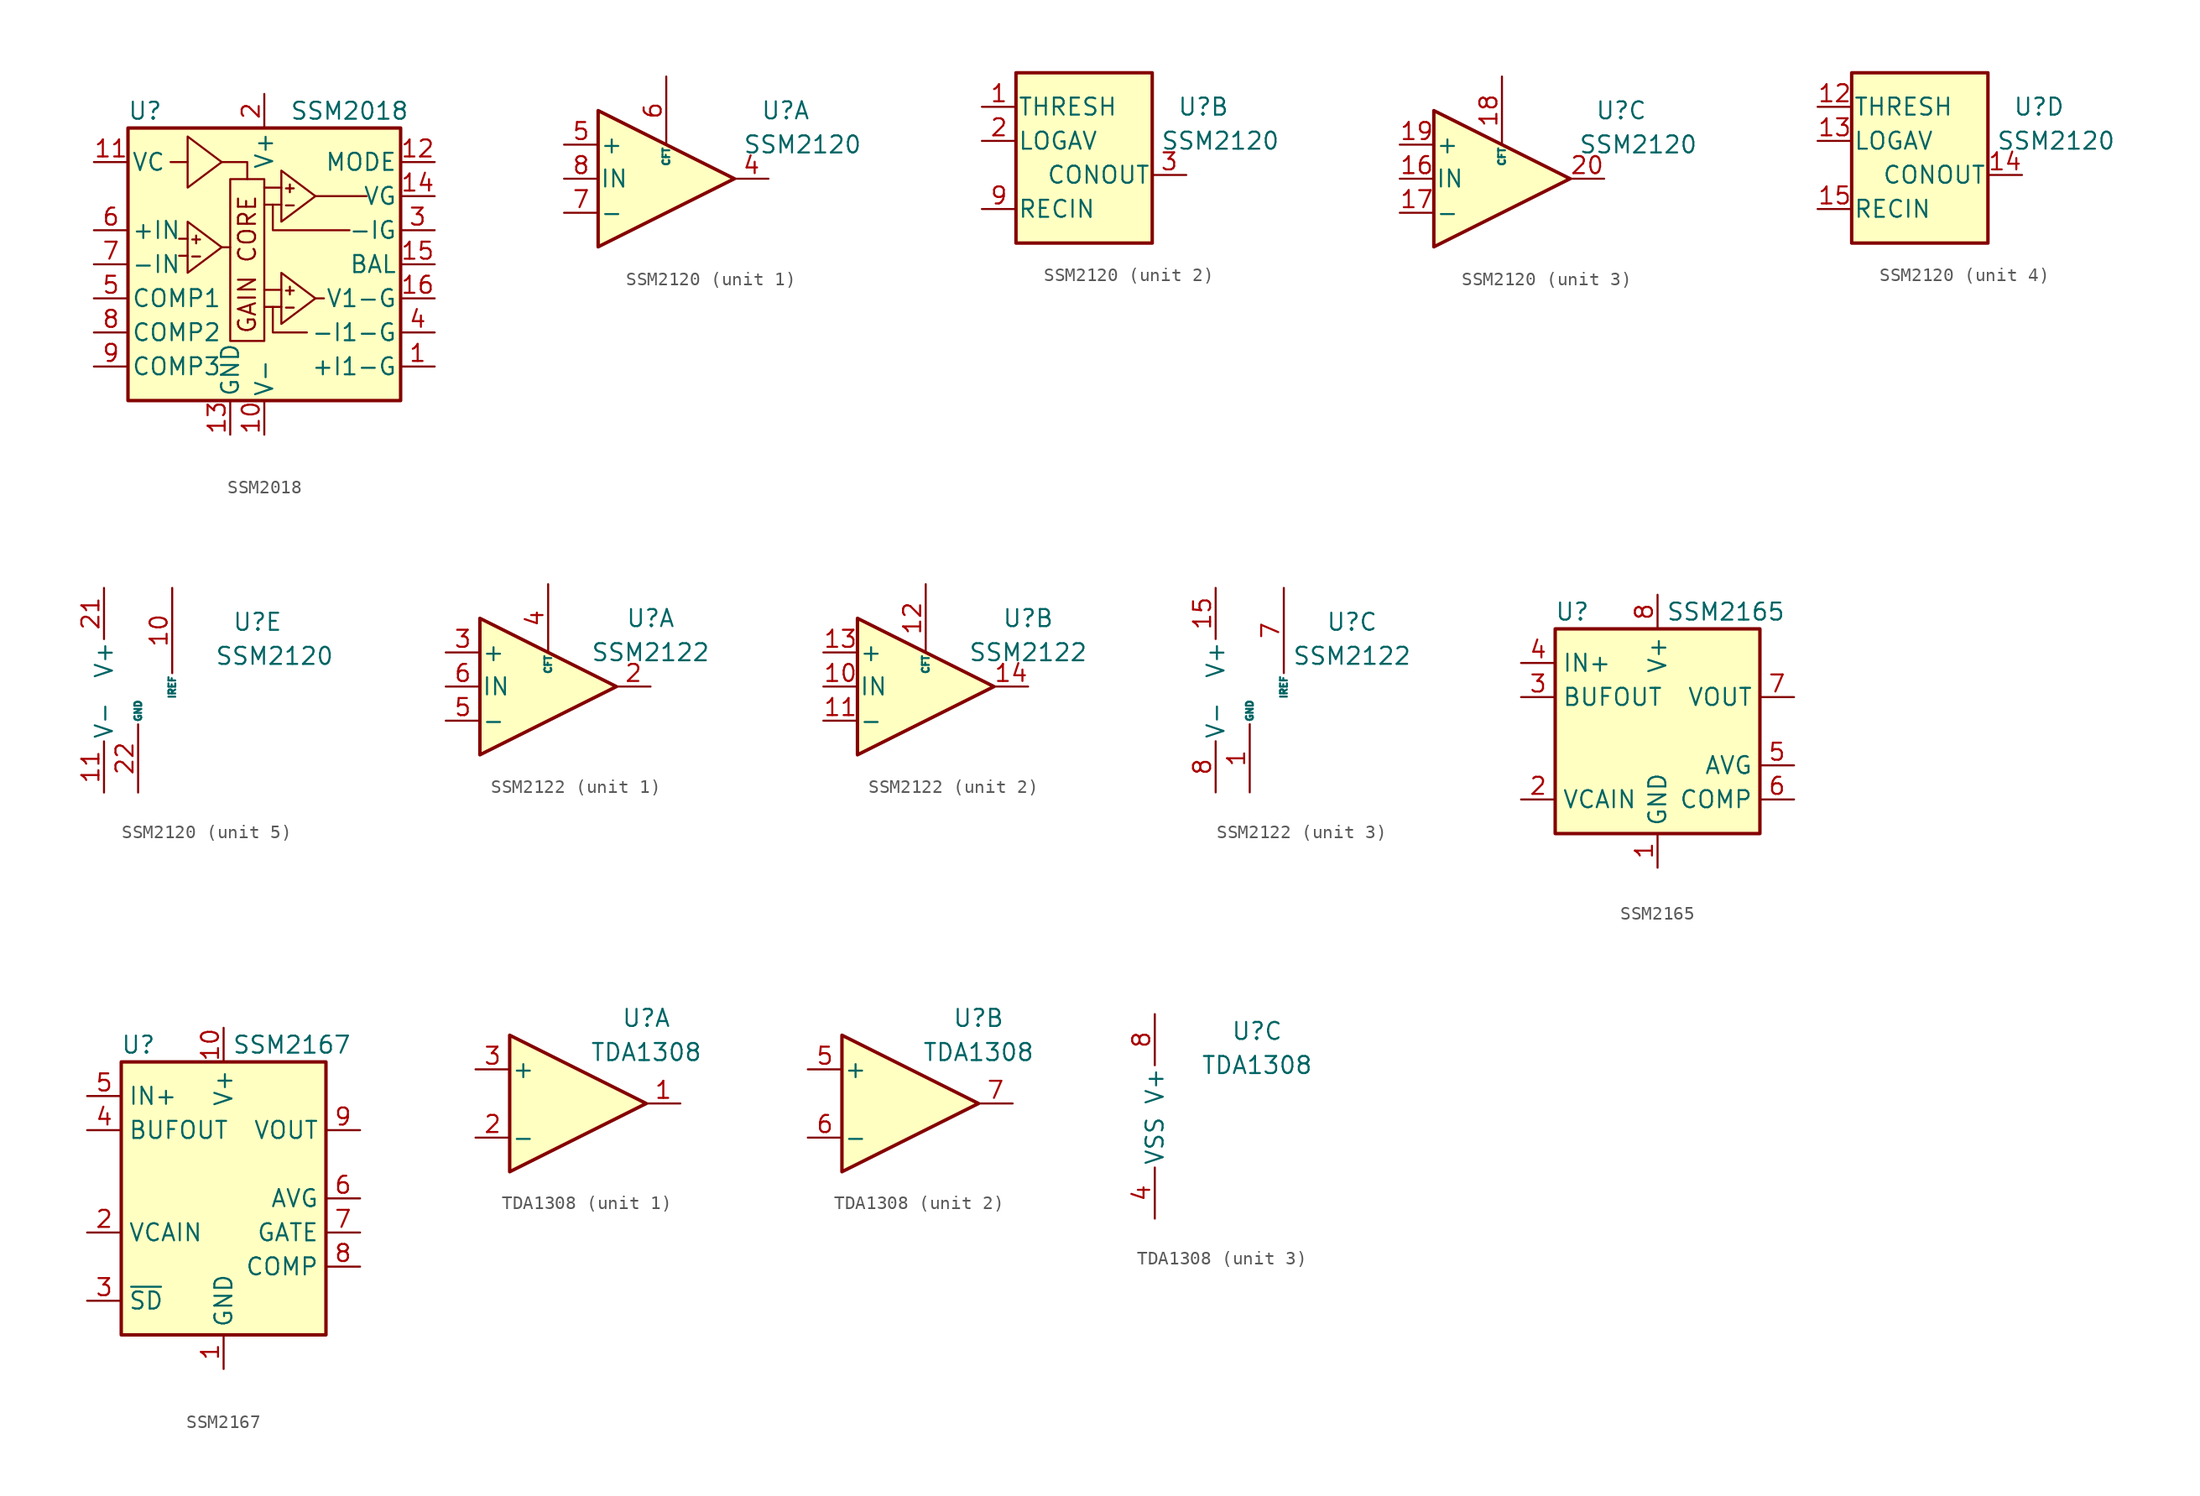
<source format=kicad_sym>
(kicad_symbol_lib
  (version 20201005)
  (generator kicad_symbol_editor)
  (symbol "SSM2018"
    (pin_names
      (offset 0.254))
    (property "Reference" "U"
      (at -8.89 11.43 0)
      (effects (font (size 1.27 1.27))))
    (property "Value" "SSM2018"
      (at 6.35 11.43 0)
      (effects (font (size 1.27 1.27))))
    (symbol "SSM2018_0_0"
      (text "+" (at -5.08 1.905 0) (effects (font (size 0.762 0.762))))
      (text "+" (at 1.905 -1.905 0) (effects (font (size 0.762 0.762))))
      (text "+" (at 1.905 5.715 0) (effects (font (size 0.762 0.762))))
      (text "-" (at -5.08 0.635 0) (effects (font (size 0.762 0.762))))
      (text "-" (at 1.905 -3.175 0) (effects (font (size 0.762 0.762))))
      (text "-" (at 1.905 4.445 0) (effects (font (size 0.762 0.762)))))
    (symbol "SSM2018_0_1"
      (text "GAIN CORE" (at -1.27 0 900) (effects (font (size 1.27 1.27))))
      (rectangle (start -10.16 10.16) (end 10.16 -10.16) (stroke (width 0.254)) (fill (type background)))
      (rectangle (start -2.54 6.35) (end 0 -5.715) (stroke (width 0)) (fill (type none)))
      (polyline (pts (xy -5.715 0.635) (xy -6.35 0.635)) (stroke (width 0)) (fill (type none)))
      (polyline (pts (xy -5.715 1.905) (xy -6.35 1.905)) (stroke (width 0)) (fill (type none)))
      (polyline (pts (xy -5.715 7.62) (xy -6.985 7.62)) (stroke (width 0)) (fill (type none)))
      (polyline (pts (xy -3.175 1.27) (xy -2.54 1.27)) (stroke (width 0)) (fill (type none)))
      (polyline (pts (xy 0 -1.905) (xy 1.27 -1.905)) (stroke (width 0)) (fill (type none)))
      (polyline (pts (xy 0 5.715) (xy 1.27 5.715)) (stroke (width 0)) (fill (type none)))
      (polyline (pts (xy 1.27 -3.175) (xy 0 -3.175)) (stroke (width 0)) (fill (type none)))
      (polyline (pts (xy 1.27 4.445) (xy 0 4.445)) (stroke (width 0)) (fill (type none)))
      (polyline (pts (xy 3.81 -2.54) (xy 4.445 -2.54)) (stroke (width 0)) (fill (type none)))
      (polyline (pts (xy 3.81 5.08) (xy 7.62 5.08)) (stroke (width 0)) (fill (type none)))
      (polyline (pts (xy -3.175 7.62) (xy -1.27 7.62) (xy -1.27 6.35)) (stroke (width 0)) (fill (type none)))
      (polyline (pts (xy 0.635 -3.175) (xy 0.635 -5.08) (xy 3.175 -5.08)) (stroke (width 0)) (fill (type none)))
      (polyline (pts (xy 0.635 4.445) (xy 0.635 2.54) (xy 6.35 2.54)) (stroke (width 0)) (fill (type none)))
      (polyline (pts (xy -5.715 3.175) (xy -3.175 1.27) (xy -5.715 -0.635) (xy -5.715 3.175)) (stroke (width 0)) (fill (type none)))
      (polyline (pts (xy -5.715 9.525) (xy -3.175 7.62) (xy -5.715 5.715) (xy -5.715 9.525)) (stroke (width 0)) (fill (type none)))
      (polyline (pts (xy 1.27 -0.635) (xy 3.81 -2.54) (xy 1.27 -4.445) (xy 1.27 -0.635)) (stroke (width 0)) (fill (type none)))
      (polyline (pts (xy 1.27 6.985) (xy 3.81 5.08) (xy 1.27 3.175) (xy 1.27 6.985)) (stroke (width 0)) (fill (type none)))
      (pin passive line (at -12.7 -7.62 0) (length 2.54) (name "COMP3" (effects (font (size 1.27 1.27)))) (number "9" (effects (font (size 1.27 1.27))))))
    (symbol "SSM2018_1_1"
      (pin output line (at 12.7 -7.62 180) (length 2.54) (name "+I1-G" (effects (font (size 1.27 1.27)))) (number "1" (effects (font (size 1.27 1.27)))))
      (pin power_in line (at 0 -12.7 90) (length 2.54) (name "V-" (effects (font (size 1.27 1.27)))) (number "10" (effects (font (size 1.27 1.27)))))
      (pin input line (at -12.7 7.62 0) (length 2.54) (name "VC" (effects (font (size 1.27 1.27)))) (number "11" (effects (font (size 1.27 1.27)))))
      (pin input line (at 12.7 7.62 180) (length 2.54) (name "MODE" (effects (font (size 1.27 1.27)))) (number "12" (effects (font (size 1.27 1.27)))))
      (pin power_in line (at -2.54 -12.7 90) (length 2.54) (name "GND" (effects (font (size 1.27 1.27)))) (number "13" (effects (font (size 1.27 1.27)))))
      (pin output line (at 12.7 5.08 180) (length 2.54) (name "VG" (effects (font (size 1.27 1.27)))) (number "14" (effects (font (size 1.27 1.27)))))
      (pin input line (at 12.7 0 180) (length 2.54) (name "BAL" (effects (font (size 1.27 1.27)))) (number "15" (effects (font (size 1.27 1.27)))))
      (pin output line (at 12.7 -2.54 180) (length 2.54) (name "V1-G" (effects (font (size 1.27 1.27)))) (number "16" (effects (font (size 1.27 1.27)))))
      (pin power_in line (at 0 12.7 270) (length 2.54) (name "V+" (effects (font (size 1.27 1.27)))) (number "2" (effects (font (size 1.27 1.27)))))
      (pin output line (at 12.7 2.54 180) (length 2.54) (name "-IG" (effects (font (size 1.27 1.27)))) (number "3" (effects (font (size 1.27 1.27)))))
      (pin output line (at 12.7 -5.08 180) (length 2.54) (name "-I1-G" (effects (font (size 1.27 1.27)))) (number "4" (effects (font (size 1.27 1.27)))))
      (pin passive line (at -12.7 -2.54 0) (length 2.54) (name "COMP1" (effects (font (size 1.27 1.27)))) (number "5" (effects (font (size 1.27 1.27)))))
      (pin input line (at -12.7 2.54 0) (length 2.54) (name "+IN" (effects (font (size 1.27 1.27)))) (number "6" (effects (font (size 1.27 1.27)))))
      (pin input line (at -12.7 0 0) (length 2.54) (name "-IN" (effects (font (size 1.27 1.27)))) (number "7" (effects (font (size 1.27 1.27)))))
      (pin passive line (at -12.7 -5.08 0) (length 2.54) (name "COMP2" (effects (font (size 1.27 1.27)))) (number "8" (effects (font (size 1.27 1.27)))))))
  (symbol "SSM2120"
    (pin_names
      (offset 0.127))
    (property "Reference" "U"
      (at 8.89 5.08 0)
      (effects (font (size 1.27 1.27))))
    (property "Value" "SSM2120"
      (at 10.16 2.54 0)
      (effects (font (size 1.27 1.27))))
    (property "ki_locked" ""
      (at 0 0 0)
      (effects (font (size 1.27 1.27))))
    (symbol "SSM2120_1_1"
      (polyline (pts (xy -5.08 5.08) (xy 5.08 0) (xy -5.08 -5.08) (xy -5.08 5.08)) (stroke (width 0.254)) (fill (type background)))
      (pin output line (at 7.62 0 180) (length 2.54) (name "~" (effects (font (size 1.27 1.27)))) (number "4" (effects (font (size 1.27 1.27)))))
      (pin input line (at -7.62 2.54 0) (length 2.54) (name "+" (effects (font (size 1.27 1.27)))) (number "5" (effects (font (size 1.27 1.27)))))
      (pin input line (at 0 7.62 270) (length 5.08) (name "CFT" (effects (font (size 0.508 0.508)))) (number "6" (effects (font (size 1.27 1.27)))))
      (pin input line (at -7.62 -2.54 0) (length 2.54) (name "-" (effects (font (size 1.27 1.27)))) (number "7" (effects (font (size 1.27 1.27)))))
      (pin input line (at -7.62 0 0) (length 2.54) (name "IN" (effects (font (size 1.27 1.27)))) (number "8" (effects (font (size 1.27 1.27))))))
    (symbol "SSM2120_2_1"
      (rectangle (start -5.08 7.62) (end 5.08 -5.08) (stroke (width 0.254)) (fill (type background)))
      (pin input line (at -7.62 5.08 0) (length 2.54) (name "THRESH" (effects (font (size 1.27 1.27)))) (number "1" (effects (font (size 1.27 1.27)))))
      (pin input line (at -7.62 2.54 0) (length 2.54) (name "LOGAV" (effects (font (size 1.27 1.27)))) (number "2" (effects (font (size 1.27 1.27)))))
      (pin input line (at 7.62 0 180) (length 2.54) (name "CONOUT" (effects (font (size 1.27 1.27)))) (number "3" (effects (font (size 1.27 1.27)))))
      (pin input line (at -7.62 -2.54 0) (length 2.54) (name "RECIN" (effects (font (size 1.27 1.27)))) (number "9" (effects (font (size 1.27 1.27))))))
    (symbol "SSM2120_3_1"
      (polyline (pts (xy -5.08 5.08) (xy 5.08 0) (xy -5.08 -5.08) (xy -5.08 5.08)) (stroke (width 0.254)) (fill (type background)))
      (pin input line (at -7.62 0 0) (length 2.54) (name "IN" (effects (font (size 1.27 1.27)))) (number "16" (effects (font (size 1.27 1.27)))))
      (pin input line (at -7.62 -2.54 0) (length 2.54) (name "-" (effects (font (size 1.27 1.27)))) (number "17" (effects (font (size 1.27 1.27)))))
      (pin input line (at 0 7.62 270) (length 5.08) (name "CFT" (effects (font (size 0.508 0.508)))) (number "18" (effects (font (size 1.27 1.27)))))
      (pin input line (at -7.62 2.54 0) (length 2.54) (name "+" (effects (font (size 1.27 1.27)))) (number "19" (effects (font (size 1.27 1.27)))))
      (pin output line (at 7.62 0 180) (length 2.54) (name "~" (effects (font (size 1.27 1.27)))) (number "20" (effects (font (size 1.27 1.27))))))
    (symbol "SSM2120_4_1"
      (rectangle (start -5.08 7.62) (end 5.08 -5.08) (stroke (width 0.254)) (fill (type background)))
      (pin input line (at -7.62 5.08 0) (length 2.54) (name "THRESH" (effects (font (size 1.27 1.27)))) (number "12" (effects (font (size 1.27 1.27)))))
      (pin input line (at -7.62 2.54 0) (length 2.54) (name "LOGAV" (effects (font (size 1.27 1.27)))) (number "13" (effects (font (size 1.27 1.27)))))
      (pin input line (at 7.62 0 180) (length 2.54) (name "CONOUT" (effects (font (size 1.27 1.27)))) (number "14" (effects (font (size 1.27 1.27)))))
      (pin input line (at -7.62 -2.54 0) (length 2.54) (name "RECIN" (effects (font (size 1.27 1.27)))) (number "15" (effects (font (size 1.27 1.27))))))
    (symbol "SSM2120_5_0"
      (pin input line (at 2.54 7.62 270) (length 6.35) (name "IREF" (effects (font (size 0.508 0.508)))) (number "10" (effects (font (size 1.27 1.27)))))
      (pin power_in line (at -2.54 -7.62 90) (length 3.81) (name "V-" (effects (font (size 1.27 1.27)))) (number "11" (effects (font (size 1.27 1.27)))))
      (pin power_in line (at -2.54 7.62 270) (length 3.81) (name "V+" (effects (font (size 1.27 1.27)))) (number "21" (effects (font (size 1.27 1.27)))))
      (pin power_in line (at 0 -7.62 90) (length 5.08) (name "GND" (effects (font (size 0.508 0.508)))) (number "22" (effects (font (size 1.27 1.27)))))))
  (symbol "SSM2122"
    (pin_names
      (offset 0.127))
    (property "Reference" "U"
      (at 7.62 5.08 0)
      (effects (font (size 1.27 1.27))))
    (property "Value" "SSM2122"
      (at 7.62 2.54 0)
      (effects (font (size 1.27 1.27))))
    (property "ki_locked" ""
      (at 0 0 0)
      (effects (font (size 1.27 1.27))))
    (symbol "SSM2122_1_1"
      (polyline (pts (xy -5.08 5.08) (xy 5.08 0) (xy -5.08 -5.08) (xy -5.08 5.08)) (stroke (width 0.254)) (fill (type background)))
      (pin output line (at 7.62 0 180) (length 2.54) (name "~" (effects (font (size 1.27 1.27)))) (number "2" (effects (font (size 1.27 1.27)))))
      (pin input line (at -7.62 2.54 0) (length 2.54) (name "+" (effects (font (size 1.27 1.27)))) (number "3" (effects (font (size 1.27 1.27)))))
      (pin input line (at 0 7.62 270) (length 5.08) (name "CFT" (effects (font (size 0.508 0.508)))) (number "4" (effects (font (size 1.27 1.27)))))
      (pin input line (at -7.62 -2.54 0) (length 2.54) (name "-" (effects (font (size 1.27 1.27)))) (number "5" (effects (font (size 1.27 1.27)))))
      (pin input line (at -7.62 0 0) (length 2.54) (name "IN" (effects (font (size 1.27 1.27)))) (number "6" (effects (font (size 1.27 1.27))))))
    (symbol "SSM2122_2_1"
      (polyline (pts (xy -5.08 5.08) (xy 5.08 0) (xy -5.08 -5.08) (xy -5.08 5.08)) (stroke (width 0.254)) (fill (type background)))
      (pin input line (at -7.62 0 0) (length 2.54) (name "IN" (effects (font (size 1.27 1.27)))) (number "10" (effects (font (size 1.27 1.27)))))
      (pin input line (at -7.62 -2.54 0) (length 2.54) (name "-" (effects (font (size 1.27 1.27)))) (number "11" (effects (font (size 1.27 1.27)))))
      (pin input line (at 0 7.62 270) (length 5.08) (name "CFT" (effects (font (size 0.508 0.508)))) (number "12" (effects (font (size 1.27 1.27)))))
      (pin input line (at -7.62 2.54 0) (length 2.54) (name "+" (effects (font (size 1.27 1.27)))) (number "13" (effects (font (size 1.27 1.27)))))
      (pin output line (at 7.62 0 180) (length 2.54) (name "~" (effects (font (size 1.27 1.27)))) (number "14" (effects (font (size 1.27 1.27))))))
    (symbol "SSM2122_3_0"
      (pin power_in line (at 0 -7.62 90) (length 5.08) (name "GND" (effects (font (size 0.508 0.508)))) (number "1" (effects (font (size 1.27 1.27)))))
      (pin power_in line (at -2.54 7.62 270) (length 3.81) (name "V+" (effects (font (size 1.27 1.27)))) (number "15" (effects (font (size 1.27 1.27)))))
      (pin passive line (at 0 -7.62 90) (length 5.08) hide (name "GND" (effects (font (size 0.508 0.508)))) (number "16" (effects (font (size 1.27 1.27)))))
      (pin input line (at 2.54 7.62 270) (length 6.35) (name "IREF" (effects (font (size 0.508 0.508)))) (number "7" (effects (font (size 1.27 1.27)))))
      (pin power_in line (at -2.54 -7.62 90) (length 3.81) (name "V-" (effects (font (size 1.27 1.27)))) (number "8" (effects (font (size 1.27 1.27)))))
      (pin passive line (at 0 -7.62 90) (length 5.08) hide (name "GND" (effects (font (size 0.508 0.508)))) (number "9" (effects (font (size 1.27 1.27)))))))
  (symbol "SSM2165"
    (property "Reference" "U"
      (at -6.35 8.89 0)
      (effects (font (size 1.27 1.27))))
    (property "Value" "SSM2165"
      (at 5.08 8.89 0)
      (effects (font (size 1.27 1.27))))
    (symbol "SSM2165_0_1"
      (rectangle (start -7.62 7.62) (end 7.62 -7.62) (stroke (width 0.254)) (fill (type background))))
    (symbol "SSM2165_1_1"
      (pin power_in line (at 0 -10.16 90) (length 2.54) (name "GND" (effects (font (size 1.27 1.27)))) (number "1" (effects (font (size 1.27 1.27)))))
      (pin input line (at -10.16 -5.08 0) (length 2.54) (name "VCAIN" (effects (font (size 1.27 1.27)))) (number "2" (effects (font (size 1.27 1.27)))))
      (pin output line (at -10.16 2.54 0) (length 2.54) (name "BUFOUT" (effects (font (size 1.27 1.27)))) (number "3" (effects (font (size 1.27 1.27)))))
      (pin input line (at -10.16 5.08 0) (length 2.54) (name "IN+" (effects (font (size 1.27 1.27)))) (number "4" (effects (font (size 1.27 1.27)))))
      (pin passive line (at 10.16 -2.54 180) (length 2.54) (name "AVG" (effects (font (size 1.27 1.27)))) (number "5" (effects (font (size 1.27 1.27)))))
      (pin passive line (at 10.16 -5.08 180) (length 2.54) (name "COMP" (effects (font (size 1.27 1.27)))) (number "6" (effects (font (size 1.27 1.27)))))
      (pin output line (at 10.16 2.54 180) (length 2.54) (name "VOUT" (effects (font (size 1.27 1.27)))) (number "7" (effects (font (size 1.27 1.27)))))
      (pin power_in line (at 0 10.16 270) (length 2.54) (name "V+" (effects (font (size 1.27 1.27)))) (number "8" (effects (font (size 1.27 1.27)))))))
  (symbol "SSM2167"
    (property "Reference" "U"
      (at -6.35 11.43 0)
      (effects (font (size 1.27 1.27))))
    (property "Value" "SSM2167"
      (at 5.08 11.43 0)
      (effects (font (size 1.27 1.27))))
    (symbol "SSM2167_0_1"
      (rectangle (start -7.62 10.16) (end 7.62 -10.16) (stroke (width 0.254)) (fill (type background))))
    (symbol "SSM2167_1_1"
      (pin power_in line (at 0 -12.7 90) (length 2.54) (name "GND" (effects (font (size 1.27 1.27)))) (number "1" (effects (font (size 1.27 1.27)))))
      (pin power_in line (at 0 12.7 270) (length 2.54) (name "V+" (effects (font (size 1.27 1.27)))) (number "10" (effects (font (size 1.27 1.27)))))
      (pin input line (at -10.16 -2.54 0) (length 2.54) (name "VCAIN" (effects (font (size 1.27 1.27)))) (number "2" (effects (font (size 1.27 1.27)))))
      (pin input line (at -10.16 -7.62 0) (length 2.54) (name "~SD" (effects (font (size 1.27 1.27)))) (number "3" (effects (font (size 1.27 1.27)))))
      (pin output line (at -10.16 5.08 0) (length 2.54) (name "BUFOUT" (effects (font (size 1.27 1.27)))) (number "4" (effects (font (size 1.27 1.27)))))
      (pin input line (at -10.16 7.62 0) (length 2.54) (name "IN+" (effects (font (size 1.27 1.27)))) (number "5" (effects (font (size 1.27 1.27)))))
      (pin passive line (at 10.16 0 180) (length 2.54) (name "AVG" (effects (font (size 1.27 1.27)))) (number "6" (effects (font (size 1.27 1.27)))))
      (pin passive line (at 10.16 -2.54 180) (length 2.54) (name "GATE" (effects (font (size 1.27 1.27)))) (number "7" (effects (font (size 1.27 1.27)))))
      (pin passive line (at 10.16 -5.08 180) (length 2.54) (name "COMP" (effects (font (size 1.27 1.27)))) (number "8" (effects (font (size 1.27 1.27)))))
      (pin output line (at 10.16 5.08 180) (length 2.54) (name "VOUT" (effects (font (size 1.27 1.27)))) (number "9" (effects (font (size 1.27 1.27)))))))
  (symbol "TDA1308"
    (pin_names
      (offset 0.127))
    (property "Reference" "U"
      (at 5.08 6.35 0)
      (effects (font (size 1.27 1.27))))
    (property "Value" "TDA1308"
      (at 5.08 3.81 0)
      (effects (font (size 1.27 1.27))))
    (property "ki_locked" ""
      (at 0 0 0)
      (effects (font (size 1.27 1.27))))
    (symbol "TDA1308_1_1"
      (polyline (pts (xy -5.08 5.08) (xy 5.08 0) (xy -5.08 -5.08) (xy -5.08 5.08)) (stroke (width 0.254)) (fill (type background)))
      (pin output line (at 7.62 0 180) (length 2.54) (name "~" (effects (font (size 1.27 1.27)))) (number "1" (effects (font (size 1.27 1.27)))))
      (pin input line (at -7.62 -2.54 0) (length 2.54) (name "-" (effects (font (size 1.27 1.27)))) (number "2" (effects (font (size 1.27 1.27)))))
      (pin input line (at -7.62 2.54 0) (length 2.54) (name "+" (effects (font (size 1.27 1.27)))) (number "3" (effects (font (size 1.27 1.27))))))
    (symbol "TDA1308_2_1"
      (polyline (pts (xy -5.08 5.08) (xy 5.08 0) (xy -5.08 -5.08) (xy -5.08 5.08)) (stroke (width 0.254)) (fill (type background)))
      (pin input line (at -7.62 2.54 0) (length 2.54) (name "+" (effects (font (size 1.27 1.27)))) (number "5" (effects (font (size 1.27 1.27)))))
      (pin input line (at -7.62 -2.54 0) (length 2.54) (name "-" (effects (font (size 1.27 1.27)))) (number "6" (effects (font (size 1.27 1.27)))))
      (pin output line (at 7.62 0 180) (length 2.54) (name "~" (effects (font (size 1.27 1.27)))) (number "7" (effects (font (size 1.27 1.27))))))
    (symbol "TDA1308_3_1"
      (pin power_in line (at -2.54 -7.62 90) (length 3.81) (name "VSS" (effects (font (size 1.27 1.27)))) (number "4" (effects (font (size 1.27 1.27)))))
      (pin power_in line (at -2.54 7.62 270) (length 3.81) (name "V+" (effects (font (size 1.27 1.27)))) (number "8" (effects (font (size 1.27 1.27))))))))
</source>
